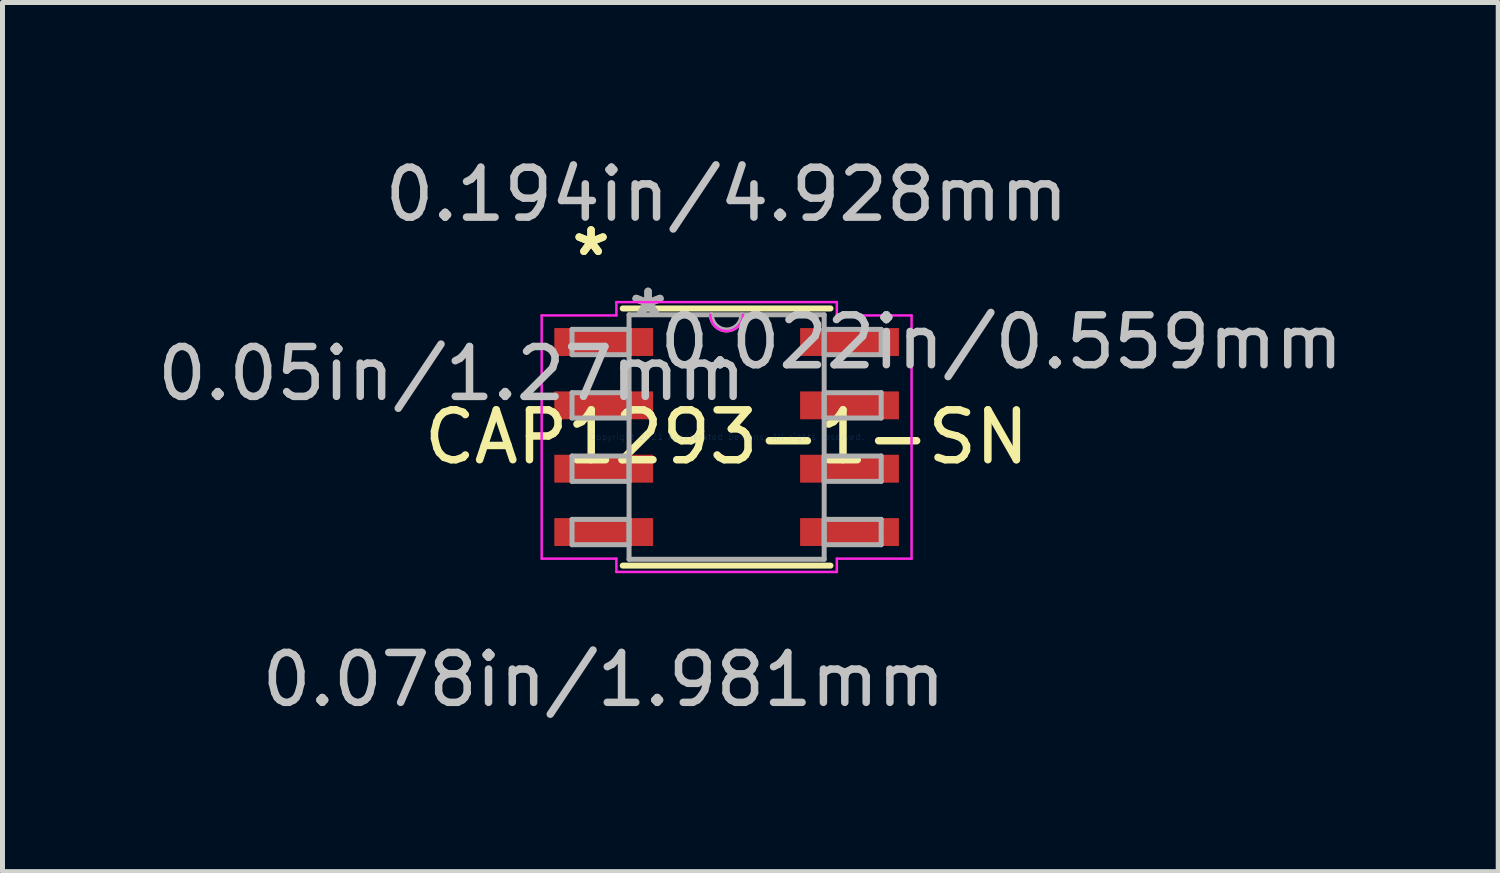
<source format=kicad_pcb>
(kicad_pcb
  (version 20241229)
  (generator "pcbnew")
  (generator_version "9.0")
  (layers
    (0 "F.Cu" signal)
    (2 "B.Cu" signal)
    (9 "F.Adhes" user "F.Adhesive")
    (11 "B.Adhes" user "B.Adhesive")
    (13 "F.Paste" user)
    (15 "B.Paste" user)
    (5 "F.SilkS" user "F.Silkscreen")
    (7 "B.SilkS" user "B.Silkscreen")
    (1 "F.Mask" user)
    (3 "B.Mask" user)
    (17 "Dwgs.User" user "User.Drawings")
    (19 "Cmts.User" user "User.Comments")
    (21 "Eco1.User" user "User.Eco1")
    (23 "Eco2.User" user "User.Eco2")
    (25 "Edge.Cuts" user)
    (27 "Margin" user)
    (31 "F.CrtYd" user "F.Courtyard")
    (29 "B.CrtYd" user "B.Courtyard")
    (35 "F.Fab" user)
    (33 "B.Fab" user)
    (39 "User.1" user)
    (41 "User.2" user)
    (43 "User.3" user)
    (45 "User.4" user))
  (footprint "CAP1293-1-SN"
    (layer "F.Cu")
    (at 11.518 5.712)
    (property "Reference" "CAP1293-1-SN" (at 0 0 0) (layer "F.SilkS") (effects (font (size 1 1) (thickness 0.15))))
    (attr through_hole)
    (fp_line (start -2.083 2.578) (end 2.083 2.578) (stroke (width 0.12) (type solid)) (layer "F.SilkS"))
    (fp_line (start 2.083 -2.578) (end -2.083 -2.578) (stroke (width 0.12) (type solid)) (layer "F.SilkS"))
    (fp_line (start -3.708 -2.438) (end -2.21 -2.438) (stroke (width 0.05) (type solid)) (layer "F.CrtYd"))
    (fp_line (start -3.708 2.438) (end -3.708 -2.438) (stroke (width 0.05) (type solid)) (layer "F.CrtYd"))
    (fp_line (start -2.21 -2.705) (end 2.21 -2.705) (stroke (width 0.05) (type solid)) (layer "F.CrtYd"))
    (fp_line (start -2.21 -2.438) (end -2.21 -2.705) (stroke (width 0.05) (type solid)) (layer "F.CrtYd"))
    (fp_line (start -2.21 2.438) (end -3.708 2.438) (stroke (width 0.05) (type solid)) (layer "F.CrtYd"))
    (fp_line (start -2.21 2.705) (end -2.21 2.438) (stroke (width 0.05) (type solid)) (layer "F.CrtYd"))
    (fp_line (start 2.21 -2.705) (end 2.21 -2.438) (stroke (width 0.05) (type solid)) (layer "F.CrtYd"))
    (fp_line (start 2.21 -2.438) (end 3.708 -2.438) (stroke (width 0.05) (type solid)) (layer "F.CrtYd"))
    (fp_line (start 2.21 2.438) (end 2.21 2.705) (stroke (width 0.05) (type solid)) (layer "F.CrtYd"))
    (fp_line (start 2.21 2.705) (end -2.21 2.705) (stroke (width 0.05) (type solid)) (layer "F.CrtYd"))
    (fp_line (start 3.708 -2.438) (end 3.708 2.438) (stroke (width 0.05) (type solid)) (layer "F.CrtYd"))
    (fp_line (start 3.708 2.438) (end 2.21 2.438) (stroke (width 0.05) (type solid)) (layer "F.CrtYd"))
    (fp_arc (start 0.325967 -2.4511) (mid 0 -2.125133) (end -0.325967 -2.4511) (stroke (width 0.05) (type solid)) (layer "F.CrtYd"))
    (fp_line (start -3.099 -2.159) (end -3.099 -1.651) (stroke (width 0.1) (type solid)) (layer "F.Fab"))
    (fp_line (start -3.099 -1.651) (end -1.956 -1.651) (stroke (width 0.1) (type solid)) (layer "F.Fab"))
    (fp_line (start -3.099 -0.889) (end -3.099 -0.381) (stroke (width 0.1) (type solid)) (layer "F.Fab"))
    (fp_line (start -3.099 -0.381) (end -1.956 -0.381) (stroke (width 0.1) (type solid)) (layer "F.Fab"))
    (fp_line (start -3.099 0.381) (end -3.099 0.889) (stroke (width 0.1) (type solid)) (layer "F.Fab"))
    (fp_line (start -3.099 0.889) (end -1.956 0.889) (stroke (width 0.1) (type solid)) (layer "F.Fab"))
    (fp_line (start -3.099 1.651) (end -3.099 2.159) (stroke (width 0.1) (type solid)) (layer "F.Fab"))
    (fp_line (start -3.099 2.159) (end -1.956 2.159) (stroke (width 0.1) (type solid)) (layer "F.Fab"))
    (fp_line (start -1.956 -2.451) (end -1.956 2.451) (stroke (width 0.1) (type solid)) (layer "F.Fab"))
    (fp_line (start -1.956 -2.159) (end -3.099 -2.159) (stroke (width 0.1) (type solid)) (layer "F.Fab"))
    (fp_line (start -1.956 -1.651) (end -1.956 -2.159) (stroke (width 0.1) (type solid)) (layer "F.Fab"))
    (fp_line (start -1.956 -0.889) (end -3.099 -0.889) (stroke (width 0.1) (type solid)) (layer "F.Fab"))
    (fp_line (start -1.956 -0.381) (end -1.956 -0.889) (stroke (width 0.1) (type solid)) (layer "F.Fab"))
    (fp_line (start -1.956 0.381) (end -3.099 0.381) (stroke (width 0.1) (type solid)) (layer "F.Fab"))
    (fp_line (start -1.956 0.889) (end -1.956 0.381) (stroke (width 0.1) (type solid)) (layer "F.Fab"))
    (fp_line (start -1.956 1.651) (end -3.099 1.651) (stroke (width 0.1) (type solid)) (layer "F.Fab"))
    (fp_line (start -1.956 2.159) (end -1.956 1.651) (stroke (width 0.1) (type solid)) (layer "F.Fab"))
    (fp_line (start -1.956 2.451) (end 1.956 2.451) (stroke (width 0.1) (type solid)) (layer "F.Fab"))
    (fp_line (start 1.956 -2.451) (end -1.956 -2.451) (stroke (width 0.1) (type solid)) (layer "F.Fab"))
    (fp_line (start 1.956 -2.159) (end 1.956 -1.651) (stroke (width 0.1) (type solid)) (layer "F.Fab"))
    (fp_line (start 1.956 -1.651) (end 3.099 -1.651) (stroke (width 0.1) (type solid)) (layer "F.Fab"))
    (fp_line (start 1.956 -0.889) (end 1.956 -0.381) (stroke (width 0.1) (type solid)) (layer "F.Fab"))
    (fp_line (start 1.956 -0.381) (end 3.099 -0.381) (stroke (width 0.1) (type solid)) (layer "F.Fab"))
    (fp_line (start 1.956 0.381) (end 1.956 0.889) (stroke (width 0.1) (type solid)) (layer "F.Fab"))
    (fp_line (start 1.956 0.889) (end 3.099 0.889) (stroke (width 0.1) (type solid)) (layer "F.Fab"))
    (fp_line (start 1.956 1.651) (end 1.956 2.159) (stroke (width 0.1) (type solid)) (layer "F.Fab"))
    (fp_line (start 1.956 2.159) (end 3.099 2.159) (stroke (width 0.1) (type solid)) (layer "F.Fab"))
    (fp_line (start 1.956 2.451) (end 1.956 -2.451) (stroke (width 0.1) (type solid)) (layer "F.Fab"))
    (fp_line (start 3.099 -2.159) (end 1.956 -2.159) (stroke (width 0.1) (type solid)) (layer "F.Fab"))
    (fp_line (start 3.099 -1.651) (end 3.099 -2.159) (stroke (width 0.1) (type solid)) (layer "F.Fab"))
    (fp_line (start 3.099 -0.889) (end 1.956 -0.889) (stroke (width 0.1) (type solid)) (layer "F.Fab"))
    (fp_line (start 3.099 -0.381) (end 3.099 -0.889) (stroke (width 0.1) (type solid)) (layer "F.Fab"))
    (fp_line (start 3.099 0.381) (end 1.956 0.381) (stroke (width 0.1) (type solid)) (layer "F.Fab"))
    (fp_line (start 3.099 0.889) (end 3.099 0.381) (stroke (width 0.1) (type solid)) (layer "F.Fab"))
    (fp_line (start 3.099 1.651) (end 1.956 1.651) (stroke (width 0.1) (type solid)) (layer "F.Fab"))
    (fp_line (start 3.099 2.159) (end 3.099 1.651) (stroke (width 0.1) (type solid)) (layer "F.Fab"))
    (fp_arc (start 0.3048 -2.4511) (mid 0 -2.1463) (end -0.3048 -2.4511) (stroke (width 0.1) (type solid)) (layer "F.Fab"))
    (fp_text user "*" (at -2.718 -3.607 0) (layer "F.SilkS") (effects (font (size 1 1) (thickness 0.15))))
    (fp_text user "*" (at -2.718 -3.607 0) (layer "F.SilkS") (effects (font (size 1 1) (thickness 0.15))))
    (fp_text user "0.078in/1.981mm" (at -2.464 4.864 0) (layer "Dwgs.User") (effects (font (size 1 1) (thickness 0.15))))
    (fp_text user "0.05in/1.27mm" (at -5.512 -1.27 0) (layer "Dwgs.User") (effects (font (size 1 1) (thickness 0.15))))
    (fp_text user "0.194in/4.928mm" (at 0 -4.864 0) (layer "Dwgs.User") (effects (font (size 1 1) (thickness 0.15))))
    (fp_text user "0.022in/0.559mm" (at 5.512 -1.905 0) (layer "Dwgs.User") (effects (font (size 1 1) (thickness 0.15))))
    (fp_text user "Copyright 2021 Accelerated Designs. All rights reserved." (at 0 0 0) (layer "Cmts.User") (effects (font (size 0.127 0.127) (thickness 0.002))))
    (fp_text user "*" (at -1.575 -2.375 0) (layer "F.Fab") (effects (font (size 1 1) (thickness 0.15))))
    (fp_text user "*" (at -1.575 -2.375 0) (layer "F.Fab") (effects (font (size 1 1) (thickness 0.15))))
    (pad "1" smd rect (at -2.464 -1.905) (size 1.981 0.559) (layers "F.Cu" "F.Mask" "F.Paste"))
    (pad "2" smd rect (at -2.464 -0.635) (size 1.981 0.559) (layers "F.Cu" "F.Mask" "F.Paste"))
    (pad "3" smd rect (at -2.464 0.635) (size 1.981 0.559) (layers "F.Cu" "F.Mask" "F.Paste"))
    (pad "4" smd rect (at -2.464 1.905) (size 1.981 0.559) (layers "F.Cu" "F.Mask" "F.Paste"))
    (pad "5" smd rect (at 2.464 1.905) (size 1.981 0.559) (layers "F.Cu" "F.Mask" "F.Paste"))
    (pad "6" smd rect (at 2.464 0.635) (size 1.981 0.559) (layers "F.Cu" "F.Mask" "F.Paste"))
    (pad "7" smd rect (at 2.464 -0.635) (size 1.981 0.559) (layers "F.Cu" "F.Mask" "F.Paste"))
    (pad "8" smd rect (at 2.464 -1.905) (size 1.981 0.559) (layers "F.Cu" "F.Mask" "F.Paste")))
  (gr_rect
    (start -3 -3)
    (end 26.988 14.425)
    (stroke (width 0.1) (type default))
    (fill no)
    (layer "Edge.Cuts")))
</source>
